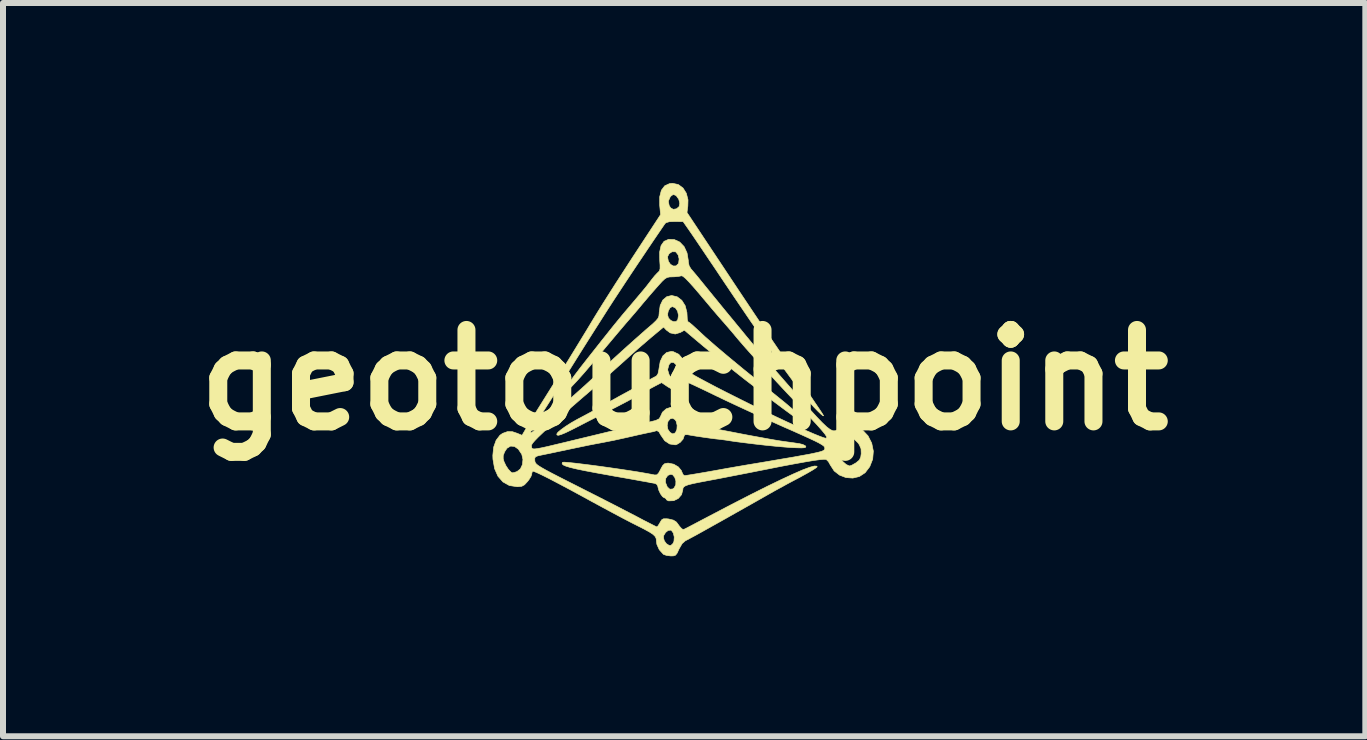
<source format=kicad_pcb>
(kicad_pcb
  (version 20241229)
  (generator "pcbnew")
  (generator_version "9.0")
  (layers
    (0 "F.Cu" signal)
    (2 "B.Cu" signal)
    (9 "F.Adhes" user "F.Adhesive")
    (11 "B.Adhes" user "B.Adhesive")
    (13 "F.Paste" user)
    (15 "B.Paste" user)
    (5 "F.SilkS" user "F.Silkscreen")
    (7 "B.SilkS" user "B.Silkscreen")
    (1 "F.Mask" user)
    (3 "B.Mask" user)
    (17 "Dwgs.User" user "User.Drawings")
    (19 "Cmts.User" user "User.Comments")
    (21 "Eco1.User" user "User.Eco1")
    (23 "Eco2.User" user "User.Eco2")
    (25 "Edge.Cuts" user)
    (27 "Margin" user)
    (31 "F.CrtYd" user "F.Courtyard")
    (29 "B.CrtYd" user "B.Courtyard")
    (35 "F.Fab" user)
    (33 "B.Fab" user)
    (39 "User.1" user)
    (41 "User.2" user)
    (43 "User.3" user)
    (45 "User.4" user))
  (footprint "geotouchpoint"
    (layer "F.Cu")
    (at 8.353 3.284)
    (property "Reference" "geotouchpoint" (at 0 0 0) (layer "F.SilkS") (effects (font (size 1.524 1.524) (thickness 0.3))))
    (attr through_hole)
    (fp_poly (pts (xy -0.164 -2.341) (xy -0.074 -2.3) (xy -0.001 -2.224) (xy 0.048 -2.118) (xy 0.069 -1.992) (xy 0.069 -1.973) (xy 0.082 -1.906) (xy 0.11 -1.857) (xy 0.128 -1.836) (xy 0.151 -1.809) (xy 0.184 -1.77) (xy 0.229 -1.716) (xy 0.29 -1.641) (xy 0.372 -1.54) (xy 0.478 -1.41) (xy 0.515 -1.365) (xy 0.593 -1.269) (xy 0.669 -1.176) (xy 0.733 -1.098) (xy 0.772 -1.051) (xy 0.818 -0.996) (xy 0.883 -0.916) (xy 0.96 -0.823) (xy 1.031 -0.736) (xy 1.166 -0.573) (xy 1.327 -0.383) (xy 1.508 -0.174) (xy 1.703 0.049) (xy 1.904 0.277) (xy 2.084 0.478) (xy 2.205 0.61) (xy 2.301 0.71) (xy 2.376 0.781) (xy 2.434 0.825) (xy 2.479 0.846) (xy 2.517 0.846) (xy 2.551 0.83) (xy 2.566 0.817) (xy 2.63 0.785) (xy 2.72 0.771) (xy 2.818 0.775) (xy 2.909 0.796) (xy 2.966 0.826) (xy 3.064 0.93) (xy 3.126 1.052) (xy 3.153 1.185) (xy 3.142 1.319) (xy 3.093 1.444) (xy 3.016 1.545) (xy 2.92 1.608) (xy 2.811 1.634) (xy 2.697 1.626) (xy 2.59 1.585) (xy 2.5 1.515) (xy 2.437 1.418) (xy 2.405 1.361) (xy 2.371 1.327) (xy 2.366 1.324) (xy 2.331 1.321) (xy 2.262 1.327) (xy 2.157 1.341) (xy 2.015 1.365) (xy 1.832 1.398) (xy 1.609 1.44) (xy 1.343 1.493) (xy 1.27 1.507) (xy 1.095 1.542) (xy 0.91 1.578) (xy 0.73 1.613) (xy 0.566 1.645) (xy 0.433 1.67) (xy 0.416 1.673) (xy 0.264 1.702) (xy 0.151 1.725) (xy 0.073 1.744) (xy 0.022 1.763) (xy -0.007 1.782) (xy -0.02 1.804) (xy -0.023 1.832) (xy -0.023 1.832) (xy -0.044 1.911) (xy -0.098 1.974) (xy -0.174 2.011) (xy -0.26 2.014) (xy -0.294 1.997) (xy -0.3 1.984) (xy -0.319 1.965) (xy -0.332 1.963) (xy -0.361 1.943) (xy -0.395 1.896) (xy -0.423 1.836) (xy -0.438 1.78) (xy -0.439 1.769) (xy -0.458 1.737) (xy -0.491 1.722) (xy -0.526 1.716) (xy -0.6 1.702) (xy -0.612 1.7) (xy -0.313 1.7) (xy -0.312 1.706) (xy -0.281 1.782) (xy -0.239 1.82) (xy -0.191 1.816) (xy -0.166 1.796) (xy -0.14 1.746) (xy -0.138 1.682) (xy -0.157 1.622) (xy -0.191 1.58) (xy -0.222 1.57) (xy -0.273 1.59) (xy -0.307 1.639) (xy -0.313 1.7) (xy -0.612 1.7) (xy -0.708 1.683) (xy -0.844 1.658) (xy -1.001 1.63) (xy -1.174 1.6) (xy -1.255 1.585) (xy -1.477 1.545) (xy -1.656 1.511) (xy -1.796 1.482) (xy -1.9 1.457) (xy -1.972 1.435) (xy -2.016 1.415) (xy -2.034 1.396) (xy -2.03 1.377) (xy -2.025 1.371) (xy -1.999 1.369) (xy -1.933 1.374) (xy -1.834 1.384) (xy -1.709 1.399) (xy -1.564 1.417) (xy -1.406 1.438) (xy -1.241 1.461) (xy -1.076 1.485) (xy -0.916 1.509) (xy -0.769 1.532) (xy -0.641 1.554) (xy -0.538 1.573) (xy -0.493 1.582) (xy -0.458 1.581) (xy -0.428 1.554) (xy -0.394 1.493) (xy -0.393 1.489) (xy -0.359 1.427) (xy -0.328 1.396) (xy -0.285 1.386) (xy -0.261 1.385) (xy -0.174 1.403) (xy -0.097 1.448) (xy -0.046 1.51) (xy -0.037 1.535) (xy -0.016 1.579) (xy 0.007 1.593) (xy 0.039 1.589) (xy 0.11 1.578) (xy 0.213 1.561) (xy 0.342 1.539) (xy 0.49 1.513) (xy 0.65 1.484) (xy 0.739 1.468) (xy 0.781 1.461) (xy 0.86 1.447) (xy 0.965 1.429) (xy 1.087 1.408) (xy 1.155 1.397) (xy 1.417 1.353) (xy 1.638 1.315) (xy 1.821 1.284) (xy 1.969 1.257) (xy 2.086 1.236) (xy 2.176 1.217) (xy 2.242 1.202) (xy 2.288 1.189) (xy 2.317 1.177) (xy 2.334 1.165) (xy 2.342 1.153) (xy 2.342 1.148) (xy 2.568 1.148) (xy 2.573 1.236) (xy 2.599 1.297) (xy 2.646 1.36) (xy 2.702 1.409) (xy 2.753 1.431) (xy 2.758 1.432) (xy 2.794 1.42) (xy 2.849 1.389) (xy 2.866 1.379) (xy 2.919 1.335) (xy 2.943 1.285) (xy 2.951 1.227) (xy 2.948 1.146) (xy 2.919 1.078) (xy 2.898 1.049) (xy 2.838 0.99) (xy 2.774 0.972) (xy 2.698 0.995) (xy 2.663 1.014) (xy 2.596 1.073) (xy 2.568 1.148) (xy 2.342 1.148) (xy 2.344 1.14) (xy 2.344 1.135) (xy 2.34 1.118) (xy 2.326 1.1) (xy 2.297 1.079) (xy 2.249 1.051) (xy 2.178 1.015) (xy 2.08 0.969) (xy 1.95 0.91) (xy 1.784 0.836) (xy 1.674 0.788) (xy 1.479 0.701) (xy 1.27 0.607) (xy 1.058 0.51) (xy 0.855 0.416) (xy 0.672 0.33) (xy 0.522 0.258) (xy 0.384 0.191) (xy 0.26 0.132) (xy 0.156 0.083) (xy 0.077 0.047) (xy 0.03 0.026) (xy 0.02 0.023) (xy 0.001 0.041) (xy 0 0.047) (xy -0.018 0.072) (xy -0.062 0.107) (xy -0.116 0.139) (xy -0.162 0.159) (xy -0.176 0.162) (xy -0.209 0.149) (xy -0.263 0.119) (xy -0.289 0.102) (xy -0.376 0.043) (xy -0.482 0.098) (xy -0.553 0.136) (xy -0.646 0.187) (xy -0.746 0.243) (xy -0.774 0.258) (xy -0.878 0.316) (xy -1.003 0.383) (xy -1.13 0.449) (xy -1.189 0.479) (xy -1.298 0.534) (xy -1.432 0.602) (xy -1.576 0.675) (xy -1.714 0.746) (xy -1.738 0.759) (xy -1.876 0.829) (xy -1.979 0.879) (xy -2.05 0.908) (xy -2.095 0.921) (xy -2.118 0.917) (xy -2.124 0.901) (xy -2.105 0.872) (xy -2.053 0.828) (xy -1.977 0.773) (xy -1.883 0.713) (xy -1.781 0.655) (xy -1.743 0.635) (xy -1.643 0.582) (xy -1.537 0.525) (xy -1.453 0.478) (xy -1.402 0.449) (xy -1.318 0.403) (xy -1.211 0.343) (xy -1.089 0.275) (xy -0.958 0.204) (xy -0.827 0.132) (xy -0.705 0.065) (xy -0.598 0.006) (xy -0.515 -0.039) (xy -0.464 -0.066) (xy -0.462 -0.067) (xy -0.437 -0.103) (xy -0.422 -0.172) (xy -0.422 -0.173) (xy -0.276 -0.173) (xy -0.252 -0.092) (xy -0.241 -0.074) (xy -0.202 -0.031) (xy -0.166 -0.03) (xy -0.129 -0.059) (xy -0.096 -0.122) (xy -0.102 -0.197) (xy -0.128 -0.249) (xy -0.175 -0.293) (xy -0.22 -0.293) (xy -0.253 -0.256) (xy -0.276 -0.173) (xy -0.422 -0.173) (xy -0.42 -0.187) (xy -0.399 -0.31) (xy -0.355 -0.402) (xy -0.292 -0.459) (xy -0.214 -0.477) (xy -0.182 -0.473) (xy -0.091 -0.43) (xy -0.021 -0.348) (xy 0.022 -0.245) (xy 0.035 -0.203) (xy 0.051 -0.17) (xy 0.075 -0.14) (xy 0.116 -0.109) (xy 0.18 -0.071) (xy 0.274 -0.019) (xy 0.355 0.024) (xy 0.531 0.117) (xy 0.721 0.214) (xy 0.92 0.314) (xy 1.123 0.415) (xy 1.325 0.513) (xy 1.522 0.608) (xy 1.71 0.696) (xy 1.883 0.775) (xy 2.037 0.844) (xy 2.167 0.9) (xy 2.269 0.941) (xy 2.337 0.965) (xy 2.363 0.97) (xy 2.377 0.963) (xy 2.372 0.94) (xy 2.344 0.898) (xy 2.291 0.834) (xy 2.212 0.745) (xy 2.103 0.628) (xy 2.036 0.557) (xy 1.924 0.439) (xy 1.814 0.321) (xy 1.711 0.213) (xy 1.625 0.121) (xy 1.562 0.053) (xy 1.555 0.046) (xy 1.479 -0.037) (xy 1.385 -0.138) (xy 1.288 -0.242) (xy 1.234 -0.301) (xy 1.136 -0.409) (xy 1.026 -0.532) (xy 0.922 -0.652) (xy 0.877 -0.705) (xy 0.802 -0.795) (xy 0.73 -0.879) (xy 0.672 -0.946) (xy 0.641 -0.981) (xy 0.606 -1.021) (xy 0.548 -1.088) (xy 0.471 -1.178) (xy 0.383 -1.283) (xy 0.288 -1.395) (xy 0.283 -1.402) (xy 0.171 -1.533) (xy 0.085 -1.629) (xy 0.022 -1.694) (xy -0.02 -1.729) (xy -0.045 -1.738) (xy -0.046 -1.737) (xy -0.089 -1.728) (xy -0.158 -1.721) (xy -0.193 -1.72) (xy -0.245 -1.718) (xy -0.285 -1.709) (xy -0.323 -1.686) (xy -0.368 -1.644) (xy -0.43 -1.576) (xy -0.458 -1.544) (xy -0.537 -1.454) (xy -0.616 -1.362) (xy -0.683 -1.283) (xy -0.704 -1.258) (xy -0.762 -1.188) (xy -0.838 -1.099) (xy -0.918 -1.006) (xy -0.949 -0.971) (xy -1.012 -0.897) (xy -1.097 -0.797) (xy -1.196 -0.679) (xy -1.302 -0.553) (xy -1.406 -0.428) (xy -1.407 -0.427) (xy -1.55 -0.256) (xy -1.676 -0.109) (xy -1.784 0.012) (xy -1.871 0.104) (xy -1.934 0.166) (xy -1.973 0.195) (xy -1.983 0.196) (xy -1.984 0.169) (xy -1.959 0.117) (xy -1.908 0.035) (xy -1.829 -0.076) (xy -1.721 -0.218) (xy -1.612 -0.357) (xy -1.48 -0.524) (xy -1.373 -0.66) (xy -1.285 -0.77) (xy -1.212 -0.862) (xy -1.15 -0.939) (xy -1.094 -1.007) (xy -1.04 -1.073) (xy -0.983 -1.141) (xy -0.918 -1.217) (xy -0.846 -1.302) (xy -0.76 -1.404) (xy -0.697 -1.479) (xy -0.651 -1.534) (xy -0.616 -1.578) (xy -0.585 -1.618) (xy -0.551 -1.662) (xy -0.542 -1.674) (xy -0.493 -1.735) (xy -0.448 -1.783) (xy -0.433 -1.797) (xy -0.412 -1.819) (xy -0.402 -1.855) (xy -0.402 -1.915) (xy -0.407 -1.988) (xy -0.408 -2.048) (xy -0.277 -2.048) (xy -0.263 -1.979) (xy -0.228 -1.928) (xy -0.182 -1.901) (xy -0.136 -1.902) (xy -0.099 -1.937) (xy -0.092 -1.951) (xy -0.084 -2.018) (xy -0.1 -2.084) (xy -0.135 -2.131) (xy -0.148 -2.138) (xy -0.202 -2.138) (xy -0.251 -2.106) (xy -0.276 -2.057) (xy -0.277 -2.048) (xy -0.408 -2.048) (xy -0.409 -2.133) (xy -0.385 -2.241) (xy -0.335 -2.312) (xy -0.259 -2.345) (xy -0.164 -2.341)) (stroke (width 0.01) (type solid)) (fill yes) (layer "F.SilkS"))
    (fp_poly (pts (xy -0.097 -3.258) (xy -0.019 -3.2) (xy 0.036 -3.113) (xy 0.064 -3.003) (xy 0.061 -2.898) (xy 0.047 -2.792) (xy 0.778 -1.691) (xy 0.928 -1.465) (xy 1.083 -1.233) (xy 1.239 -1) (xy 1.392 -0.773) (xy 1.538 -0.558) (xy 1.672 -0.361) (xy 1.79 -0.188) (xy 1.889 -0.046) (xy 1.91 -0.016) (xy 2.011 0.129) (xy 2.104 0.263) (xy 2.184 0.382) (xy 2.25 0.479) (xy 2.297 0.55) (xy 2.321 0.59) (xy 2.324 0.596) (xy 2.314 0.596) (xy 2.279 0.568) (xy 2.224 0.515) (xy 2.161 0.45) (xy 2.074 0.351) (xy 1.964 0.215) (xy 1.831 0.041) (xy 1.677 -0.169) (xy 1.503 -0.413) (xy 1.309 -0.69) (xy 1.096 -0.998) (xy 0.865 -1.338) (xy 0.763 -1.489) (xy 0.625 -1.694) (xy 0.511 -1.865) (xy 0.416 -2.005) (xy 0.339 -2.12) (xy 0.277 -2.212) (xy 0.227 -2.286) (xy 0.187 -2.345) (xy 0.153 -2.395) (xy 0.123 -2.439) (xy 0.094 -2.481) (xy 0.063 -2.526) (xy 0.062 -2.527) (xy -0.017 -2.64) (xy -0.153 -2.642) (xy -0.246 -2.639) (xy -0.301 -2.623) (xy -0.317 -2.61) (xy -0.336 -2.583) (xy -0.378 -2.522) (xy -0.439 -2.432) (xy -0.516 -2.319) (xy -0.606 -2.186) (xy -0.705 -2.038) (xy -0.779 -1.928) (xy -0.884 -1.771) (xy -0.982 -1.623) (xy -1.076 -1.48) (xy -1.17 -1.337) (xy -1.266 -1.189) (xy -1.367 -1.03) (xy -1.478 -0.856) (xy -1.601 -0.662) (xy -1.739 -0.443) (xy -1.895 -0.193) (xy -2.041 0.04) (xy -2.126 0.176) (xy -2.216 0.318) (xy -2.302 0.453) (xy -2.377 0.569) (xy -2.416 0.629) (xy -2.474 0.72) (xy -2.521 0.798) (xy -2.553 0.854) (xy -2.563 0.879) (xy -2.548 0.877) (xy -2.507 0.85) (xy -2.449 0.802) (xy -2.438 0.793) (xy -2.226 0.603) (xy -2.045 0.441) (xy -1.894 0.305) (xy -1.769 0.193) (xy -1.668 0.103) (xy -1.589 0.031) (xy -1.53 -0.023) (xy -1.486 -0.063) (xy -1.457 -0.091) (xy -1.438 -0.109) (xy -1.432 -0.116) (xy -1.4 -0.149) (xy -1.339 -0.206) (xy -1.256 -0.283) (xy -1.157 -0.374) (xy -1.048 -0.473) (xy -0.935 -0.575) (xy -0.823 -0.675) (xy -0.72 -0.766) (xy -0.632 -0.844) (xy -0.606 -0.866) (xy -0.522 -0.938) (xy -0.468 -0.99) (xy -0.436 -1.029) (xy -0.421 -1.065) (xy -0.419 -1.088) (xy -0.277 -1.088) (xy -0.262 -1.034) (xy -0.224 -0.994) (xy -0.176 -0.972) (xy -0.132 -0.976) (xy -0.106 -1.006) (xy -0.095 -1.079) (xy -0.11 -1.149) (xy -0.146 -1.202) (xy -0.196 -1.224) (xy -0.199 -1.224) (xy -0.235 -1.204) (xy -0.264 -1.154) (xy -0.277 -1.092) (xy -0.277 -1.088) (xy -0.419 -1.088) (xy -0.417 -1.106) (xy -0.416 -1.127) (xy -0.4 -1.242) (xy -0.357 -1.332) (xy -0.29 -1.389) (xy -0.208 -1.409) (xy -0.116 -1.387) (xy -0.039 -1.328) (xy 0.017 -1.239) (xy 0.046 -1.126) (xy 0.049 -1.068) (xy 0.052 -1.008) (xy 0.062 -0.973) (xy 0.067 -0.97) (xy 0.091 -0.955) (xy 0.139 -0.915) (xy 0.2 -0.859) (xy 0.21 -0.85) (xy 0.351 -0.719) (xy 0.529 -0.563) (xy 0.745 -0.381) (xy 0.997 -0.173) (xy 1.285 0.059) (xy 1.356 0.116) (xy 1.537 0.262) (xy 1.684 0.381) (xy 1.798 0.478) (xy 1.883 0.553) (xy 1.94 0.61) (xy 1.972 0.65) (xy 1.982 0.676) (xy 1.978 0.685) (xy 1.968 0.689) (xy 1.949 0.684) (xy 1.918 0.667) (xy 1.869 0.635) (xy 1.799 0.586) (xy 1.705 0.517) (xy 1.58 0.424) (xy 1.466 0.339) (xy 1.237 0.164) (xy 0.997 -0.021) (xy 0.758 -0.21) (xy 0.529 -0.393) (xy 0.322 -0.562) (xy 0.215 -0.652) (xy 0.003 -0.831) (xy -0.063 -0.793) (xy -0.149 -0.767) (xy -0.234 -0.786) (xy -0.298 -0.834) (xy -0.343 -0.883) (xy -0.547 -0.713) (xy -0.646 -0.628) (xy -0.765 -0.526) (xy -0.886 -0.418) (xy -0.99 -0.324) (xy -1.103 -0.223) (xy -1.234 -0.106) (xy -1.369 0.013) (xy -1.492 0.119) (xy -1.5 0.126) (xy -1.734 0.327) (xy -1.933 0.5) (xy -2.101 0.647) (xy -2.239 0.77) (xy -2.348 0.871) (xy -2.432 0.951) (xy -2.491 1.012) (xy -2.528 1.055) (xy -2.544 1.084) (xy -2.545 1.093) (xy -2.543 1.113) (xy -2.541 1.129) (xy -2.534 1.141) (xy -2.518 1.147) (xy -2.488 1.148) (xy -2.441 1.142) (xy -2.372 1.129) (xy -2.277 1.108) (xy -2.152 1.078) (xy -1.992 1.04) (xy -1.794 0.992) (xy -1.686 0.966) (xy -1.516 0.925) (xy -1.334 0.881) (xy -1.156 0.838) (xy -0.995 0.8) (xy -0.877 0.772) (xy -0.807 0.755) (xy -0.283 0.755) (xy -0.272 0.821) (xy -0.236 0.872) (xy -0.194 0.897) (xy -0.163 0.89) (xy -0.143 0.873) (xy -0.121 0.823) (xy -0.117 0.755) (xy -0.133 0.689) (xy -0.152 0.66) (xy -0.194 0.636) (xy -0.233 0.647) (xy -0.27 0.691) (xy -0.283 0.755) (xy -0.807 0.755) (xy -0.753 0.742) (xy -0.64 0.715) (xy -0.548 0.692) (xy -0.487 0.677) (xy -0.474 0.674) (xy -0.417 0.646) (xy -0.396 0.611) (xy -0.362 0.536) (xy -0.299 0.48) (xy -0.222 0.454) (xy -0.148 0.462) (xy -0.078 0.5) (xy -0.027 0.559) (xy 0.008 0.629) (xy 0.041 0.686) (xy 0.078 0.721) (xy 0.084 0.724) (xy 0.129 0.735) (xy 0.212 0.752) (xy 0.326 0.775) (xy 0.464 0.803) (xy 0.619 0.833) (xy 0.785 0.865) (xy 0.954 0.898) (xy 1.118 0.929) (xy 1.272 0.957) (xy 1.408 0.982) (xy 1.518 1.001) (xy 1.596 1.014) (xy 1.616 1.017) (xy 1.722 1.032) (xy 1.824 1.046) (xy 1.903 1.058) (xy 1.915 1.059) (xy 1.979 1.075) (xy 2.021 1.097) (xy 2.028 1.107) (xy 2.025 1.12) (xy 2.003 1.128) (xy 1.955 1.131) (xy 1.872 1.129) (xy 1.775 1.125) (xy 1.662 1.116) (xy 1.516 1.103) (xy 1.349 1.086) (xy 1.173 1.066) (xy 1.002 1.045) (xy 0.846 1.025) (xy 0.72 1.006) (xy 0.717 1.005) (xy 0.66 0.997) (xy 0.58 0.987) (xy 0.531 0.982) (xy 0.431 0.969) (xy 0.317 0.953) (xy 0.203 0.936) (xy 0.106 0.92) (xy 0.052 0.91) (xy 0.009 0.913) (xy 0 0.932) (xy -0.019 0.986) (xy -0.066 1.039) (xy -0.124 1.074) (xy -0.149 1.08) (xy -0.242 1.066) (xy -0.324 1.012) (xy -0.384 0.925) (xy -0.385 0.925) (xy -0.421 0.863) (xy -0.453 0.844) (xy -0.462 0.845) (xy -0.514 0.86) (xy -0.543 0.866) (xy -0.583 0.874) (xy -0.657 0.89) (xy -0.754 0.911) (xy -0.854 0.934) (xy -0.973 0.961) (xy -1.087 0.986) (xy -1.182 1.007) (xy -1.235 1.017) (xy -1.341 1.038) (xy -1.415 1.052) (xy -1.474 1.063) (xy -1.531 1.074) (xy -1.593 1.086) (xy -1.67 1.102) (xy -1.776 1.124) (xy -1.895 1.149) (xy -1.974 1.166) (xy -2.094 1.191) (xy -2.212 1.216) (xy -2.313 1.237) (xy -2.362 1.247) (xy -2.437 1.263) (xy -2.476 1.279) (xy -2.49 1.301) (xy -2.49 1.339) (xy -2.489 1.344) (xy -2.486 1.364) (xy -2.477 1.383) (xy -2.459 1.404) (xy -2.426 1.429) (xy -2.376 1.46) (xy -2.304 1.501) (xy -2.206 1.553) (xy -2.078 1.619) (xy -1.915 1.702) (xy -1.79 1.765) (xy -1.607 1.858) (xy -1.421 1.952) (xy -1.241 2.044) (xy -1.075 2.129) (xy -0.931 2.204) (xy -0.816 2.263) (xy -0.782 2.281) (xy -0.673 2.339) (xy -0.578 2.387) (xy -0.506 2.424) (xy -0.462 2.445) (xy -0.454 2.448) (xy -0.435 2.429) (xy -0.407 2.384) (xy -0.403 2.376) (xy -0.376 2.331) (xy -0.346 2.313) (xy -0.294 2.312) (xy -0.262 2.315) (xy -0.179 2.335) (xy -0.128 2.368) (xy -0.127 2.37) (xy -0.076 2.439) (xy -0.042 2.477) (xy -0.019 2.49) (xy 0.002 2.486) (xy 0.002 2.486) (xy 0.032 2.471) (xy 0.096 2.438) (xy 0.187 2.39) (xy 0.297 2.332) (xy 0.421 2.267) (xy 0.427 2.264) (xy 0.784 2.077) (xy 1.101 1.914) (xy 1.378 1.775) (xy 1.616 1.66) (xy 1.814 1.568) (xy 1.972 1.499) (xy 2.092 1.454) (xy 2.171 1.433) (xy 2.211 1.436) (xy 2.217 1.446) (xy 2.197 1.464) (xy 2.145 1.498) (xy 2.065 1.545) (xy 1.967 1.599) (xy 1.935 1.617) (xy 1.817 1.679) (xy 1.725 1.728) (xy 1.649 1.77) (xy 1.579 1.808) (xy 1.506 1.848) (xy 1.421 1.896) (xy 1.315 1.956) (xy 1.185 2.03) (xy 0.926 2.176) (xy 0.696 2.306) (xy 0.496 2.418) (xy 0.328 2.512) (xy 0.195 2.586) (xy 0.096 2.639) (xy 0.036 2.671) (xy 0.021 2.678) (xy -0.033 2.725) (xy -0.082 2.809) (xy -0.087 2.819) (xy -0.117 2.885) (xy -0.144 2.919) (xy -0.18 2.931) (xy -0.223 2.932) (xy -0.291 2.924) (xy -0.342 2.907) (xy -0.347 2.903) (xy -0.415 2.828) (xy -0.455 2.739) (xy -0.462 2.689) (xy -0.466 2.645) (xy -0.475 2.624) (xy -0.346 2.624) (xy -0.331 2.68) (xy -0.295 2.729) (xy -0.249 2.757) (xy -0.22 2.756) (xy -0.187 2.725) (xy -0.17 2.688) (xy -0.165 2.616) (xy -0.181 2.55) (xy -0.212 2.507) (xy -0.221 2.502) (xy -0.266 2.506) (xy -0.31 2.541) (xy -0.341 2.592) (xy -0.346 2.624) (xy -0.475 2.624) (xy -0.482 2.609) (xy -0.518 2.573) (xy -0.579 2.533) (xy -0.672 2.482) (xy -0.739 2.448) (xy -0.878 2.378) (xy -1.024 2.302) (xy -1.185 2.216) (xy -1.369 2.117) (xy -1.583 2.001) (xy -1.674 1.951) (xy -1.893 1.832) (xy -2.083 1.731) (xy -2.241 1.648) (xy -2.367 1.585) (xy -2.458 1.542) (xy -2.512 1.521) (xy -2.527 1.519) (xy -2.539 1.551) (xy -2.54 1.569) (xy -2.554 1.608) (xy -2.589 1.664) (xy -2.611 1.692) (xy -2.661 1.746) (xy -2.707 1.771) (xy -2.77 1.778) (xy -2.785 1.778) (xy -2.914 1.758) (xy -3.021 1.698) (xy -3.104 1.603) (xy -3.16 1.476) (xy -3.187 1.319) (xy -3.189 1.26) (xy -3.016 1.26) (xy -3.016 1.313) (xy -3.002 1.361) (xy -2.971 1.427) (xy -2.93 1.489) (xy -2.888 1.533) (xy -2.861 1.547) (xy -2.828 1.54) (xy -2.785 1.525) (xy -2.73 1.482) (xy -2.696 1.41) (xy -2.687 1.324) (xy -2.706 1.24) (xy -2.708 1.236) (xy -2.764 1.152) (xy -2.828 1.107) (xy -2.893 1.101) (xy -2.953 1.137) (xy -2.992 1.196) (xy -3.016 1.26) (xy -3.189 1.26) (xy -3.189 1.255) (xy -3.175 1.118) (xy -3.134 1.004) (xy -3.07 0.92) (xy -3.026 0.889) (xy -2.943 0.859) (xy -2.862 0.861) (xy -2.782 0.888) (xy -2.702 0.921) (xy -2.623 0.787) (xy -2.585 0.723) (xy -2.528 0.629) (xy -2.458 0.515) (xy -2.38 0.39) (xy -2.315 0.286) (xy -2.066 -0.112) (xy -1.838 -0.483) (xy -1.623 -0.835) (xy -1.504 -1.033) (xy -1.44 -1.137) (xy -1.356 -1.272) (xy -1.256 -1.43) (xy -1.146 -1.603) (xy -1.029 -1.784) (xy -0.911 -1.966) (xy -0.846 -2.066) (xy -0.393 -2.757) (xy -0.408 -2.913) (xy -0.408 -2.981) (xy -0.264 -2.981) (xy -0.25 -2.908) (xy -0.224 -2.868) (xy -0.181 -2.845) (xy -0.127 -2.854) (xy -0.084 -2.891) (xy -0.084 -2.891) (xy -0.073 -2.947) (xy -0.09 -3.013) (xy -0.129 -3.068) (xy -0.146 -3.08) (xy -0.182 -3.092) (xy -0.216 -3.07) (xy -0.233 -3.051) (xy -0.264 -2.981) (xy -0.408 -2.981) (xy -0.408 -3.054) (xy -0.38 -3.163) (xy -0.324 -3.237) (xy -0.243 -3.274) (xy -0.194 -3.279) (xy -0.097 -3.258)) (stroke (width 0.01) (type solid)) (fill yes) (layer "F.SilkS")))
  (gr_rect
    (start -3 -3)
    (end 19.706 9.221)
    (stroke (width 0.1) (type default))
    (fill no)
    (layer "Edge.Cuts")))
</source>
